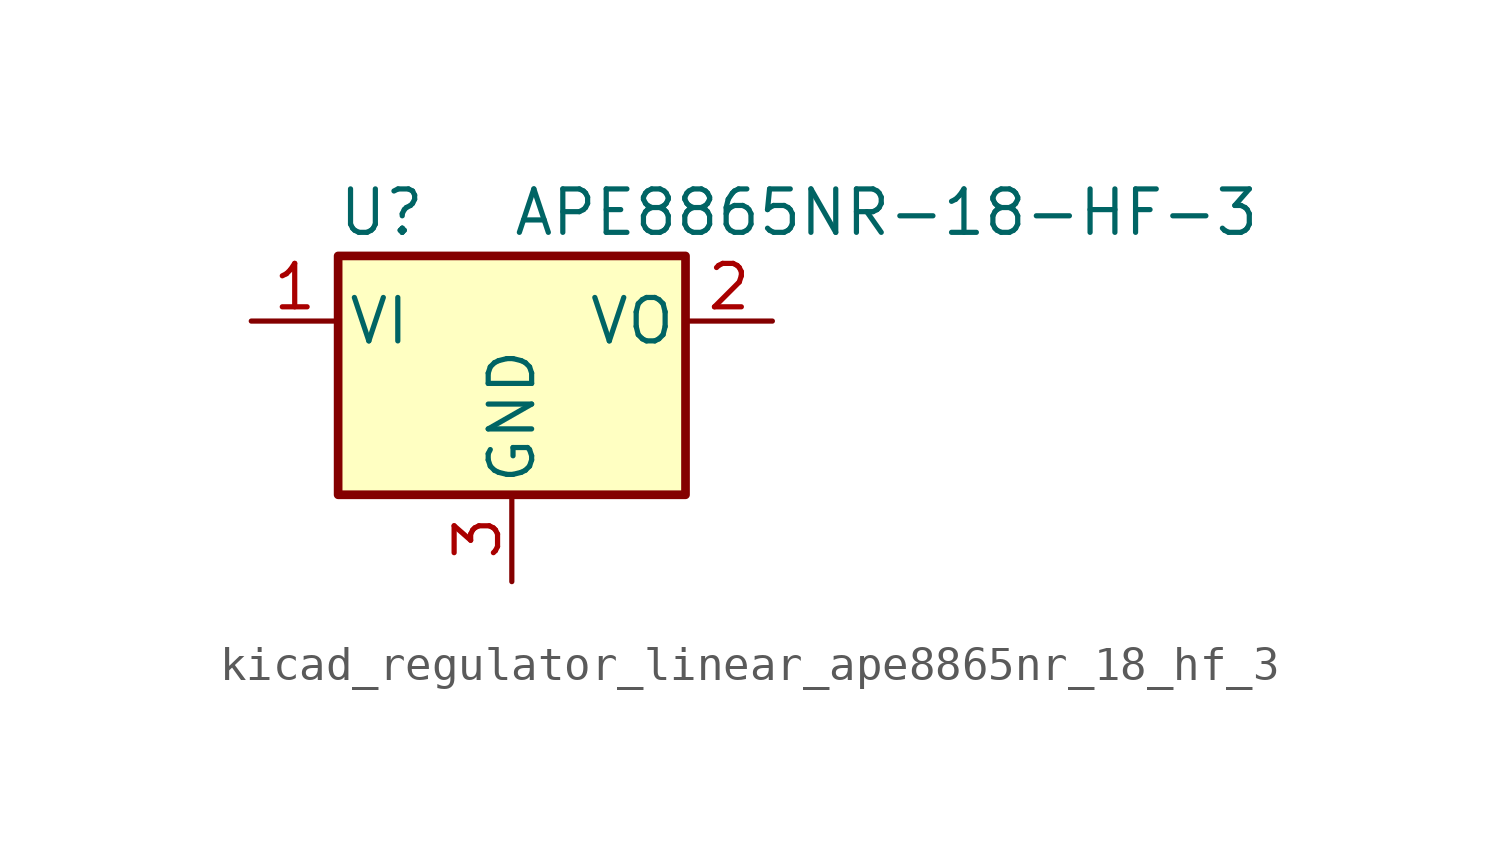
<source format=kicad_sym>
(kicad_symbol_lib
  (version 20220914)
  (generator kicad_symbol_editor)
  (symbol "kicad_regulator_linear_ape8865nr_18_hf_3"
    (pin_names
      (offset 0.254))
    (property "Reference" "U"
      (at -3.81 3.175 0)
      (effects (font (size 1.27 1.27))))
    (property "Value" "APE8865NR-18-HF-3"
      (at 0 3.175 0)
      (effects (font (size 1.27 1.27)) (justify left)))
    (symbol "kicad_regulator_linear_ape8865nr_18_hf_3_0_1"
      (rectangle (start -5.08 1.905) (end 5.08 -5.08) (stroke (width 0.254) (type default)) (fill (type background))))
    (symbol "kicad_regulator_linear_ape8865nr_18_hf_3_1_1"
      (pin power_in line (at -7.62 0 0) (length 2.54) (name "VI" (effects (font (size 1.27 1.27)))) (number "1" (effects (font (size 1.27 1.27)))))
      (pin power_out line (at 7.62 0 180) (length 2.54) (name "VO" (effects (font (size 1.27 1.27)))) (number "2" (effects (font (size 1.27 1.27)))))
      (pin power_in line (at 0 -7.62 90) (length 2.54) (name "GND" (effects (font (size 1.27 1.27)))) (number "3" (effects (font (size 1.27 1.27))))))))
</source>
